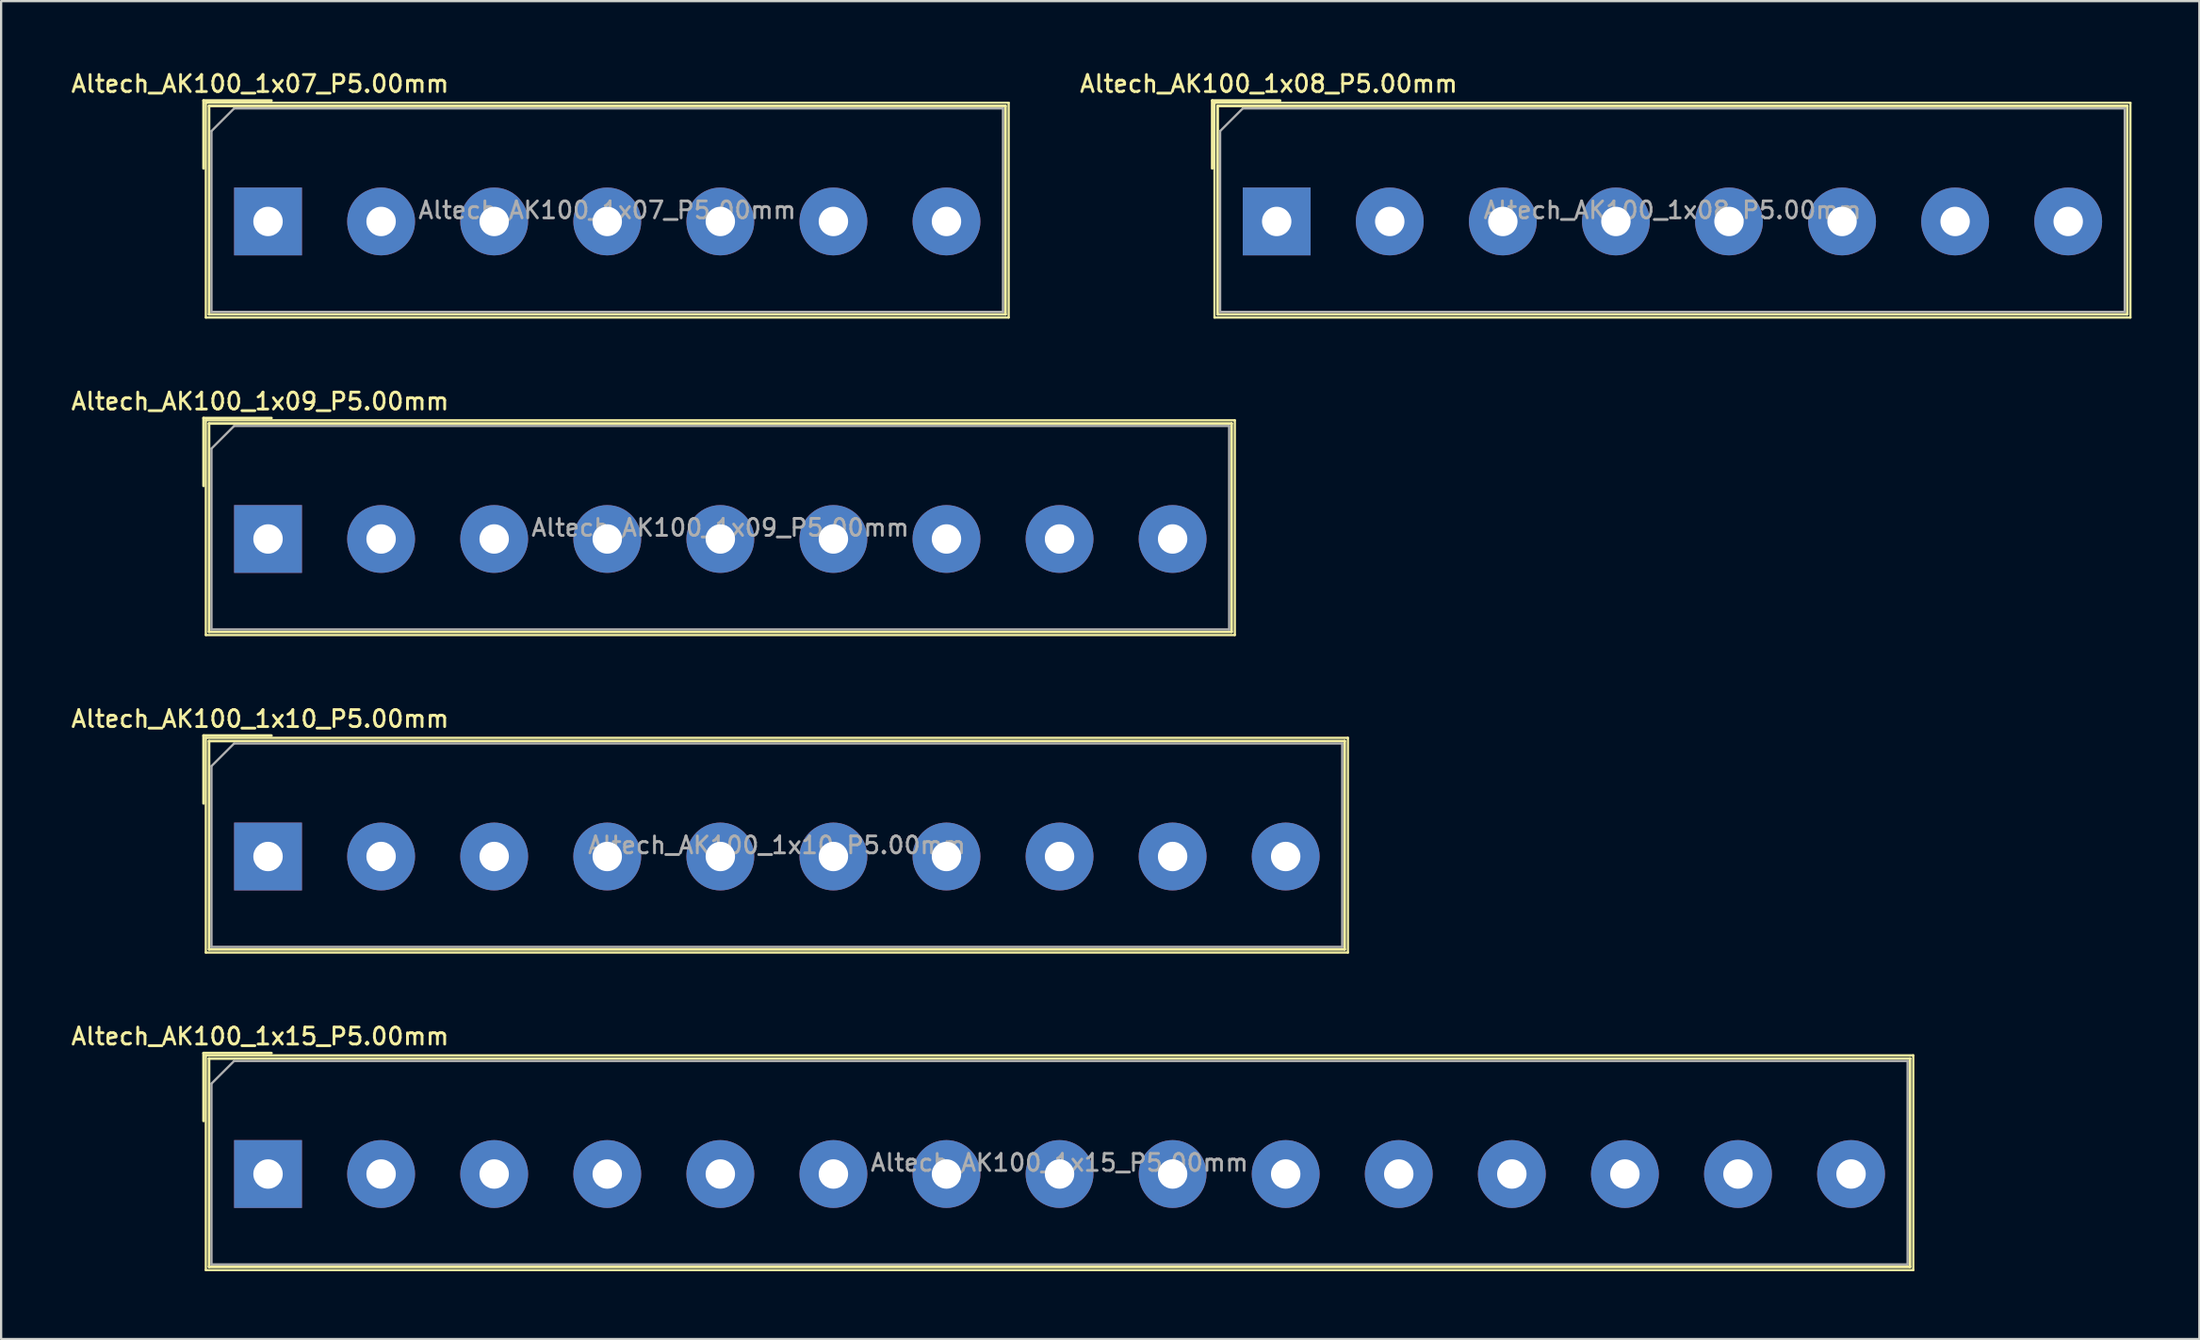
<source format=kicad_pcb>
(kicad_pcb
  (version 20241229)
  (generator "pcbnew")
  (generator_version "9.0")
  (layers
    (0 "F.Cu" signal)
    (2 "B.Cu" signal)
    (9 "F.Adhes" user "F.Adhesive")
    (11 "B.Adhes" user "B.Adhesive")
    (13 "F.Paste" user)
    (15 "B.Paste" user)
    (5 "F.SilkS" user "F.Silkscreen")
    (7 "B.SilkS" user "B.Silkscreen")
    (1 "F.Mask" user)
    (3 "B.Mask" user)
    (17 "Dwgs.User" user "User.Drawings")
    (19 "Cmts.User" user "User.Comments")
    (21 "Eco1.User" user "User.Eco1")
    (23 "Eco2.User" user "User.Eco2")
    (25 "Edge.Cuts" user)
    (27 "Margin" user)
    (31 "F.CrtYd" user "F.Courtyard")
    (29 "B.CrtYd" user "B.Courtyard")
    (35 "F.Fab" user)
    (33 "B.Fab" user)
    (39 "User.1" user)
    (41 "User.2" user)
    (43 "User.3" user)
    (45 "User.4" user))
  (footprint "Altech_AK100_1x09_P5.00mm"
    (layer "F.Cu")
    (at 8.802 20.796)
    (property "Reference" "Altech_AK100_1x09_P5.00mm" (at -0.35 -6.09 0) (layer "F.SilkS") (effects (font (size 0.75 0.75) (thickness 0.125))))
    (attr through_hole)
    (fp_line (start -2.85 -5.35) (end 0.15 -5.35) (stroke (width 0.12) (type solid)) (layer "F.SilkS"))
    (fp_line (start -2.85 -2.35) (end -2.85 -5.35) (stroke (width 0.12) (type solid)) (layer "F.SilkS"))
    (fp_line (start -2.75 -5.25) (end -2.75 4.25) (stroke (width 0.1) (type solid)) (layer "F.SilkS"))
    (fp_line (start -2.75 -5.25) (end 42.75 -5.25) (stroke (width 0.1) (type solid)) (layer "F.SilkS"))
    (fp_line (start -2.75 4.25) (end 42.75 4.25) (stroke (width 0.1) (type solid)) (layer "F.SilkS"))
    (fp_line (start -2.61 -5.11) (end -2.61 4.11) (stroke (width 0.12) (type solid)) (layer "F.SilkS"))
    (fp_line (start -2.61 -5.11) (end 42.61 -5.11) (stroke (width 0.12) (type solid)) (layer "F.SilkS"))
    (fp_line (start -2.61 4.11) (end 42.61 4.11) (stroke (width 0.12) (type solid)) (layer "F.SilkS"))
    (fp_line (start 42.61 -5.11) (end 42.61 4.11) (stroke (width 0.12) (type solid)) (layer "F.SilkS"))
    (fp_line (start 42.75 -5.25) (end 42.75 4.25) (stroke (width 0.1) (type solid)) (layer "F.SilkS"))
    (fp_line (start -2.5 -4) (end -1.5 -5) (stroke (width 0.1) (type solid)) (layer "F.Fab"))
    (fp_line (start -2.5 4) (end -2.5 -4) (stroke (width 0.1) (type solid)) (layer "F.Fab"))
    (fp_line (start -1.5 -5) (end 42.5 -5) (stroke (width 0.1) (type solid)) (layer "F.Fab"))
    (fp_line (start 42.5 -5) (end 42.5 4) (stroke (width 0.1) (type solid)) (layer "F.Fab"))
    (fp_line (start 42.5 4) (end -2.5 4) (stroke (width 0.1) (type solid)) (layer "F.Fab"))
    (fp_text user "${REFERENCE}" (at 20 -0.5 0) (layer "F.Fab") (effects (font (size 0.75 0.75) (thickness 0.125))))
    (pad "1" thru_hole rect (at 0 0) (size 3 3) (drill 1.3) (layers "*.Cu" "*.Mask"))
    (pad "2" thru_hole circle (at 5 0) (size 3 3) (drill 1.3) (layers "*.Cu" "*.Mask"))
    (pad "3" thru_hole circle (at 10 0) (size 3 3) (drill 1.3) (layers "*.Cu" "*.Mask"))
    (pad "4" thru_hole circle (at 15 0) (size 3 3) (drill 1.3) (layers "*.Cu" "*.Mask"))
    (pad "5" thru_hole circle (at 20 0) (size 3 3) (drill 1.3) (layers "*.Cu" "*.Mask"))
    (pad "6" thru_hole circle (at 25 0) (size 3 3) (drill 1.3) (layers "*.Cu" "*.Mask"))
    (pad "7" thru_hole circle (at 30 0) (size 3 3) (drill 1.3) (layers "*.Cu" "*.Mask"))
    (pad "8" thru_hole circle (at 35 0) (size 3 3) (drill 1.3) (layers "*.Cu" "*.Mask"))
    (pad "9" thru_hole circle (at 40 0) (size 3 3) (drill 1.3) (layers "*.Cu" "*.Mask")))
  (footprint "Altech_AK100_1x08_P5.00mm"
    (layer "F.Cu")
    (at 53.404 6.748)
    (property "Reference" "Altech_AK100_1x08_P5.00mm" (at -0.35 -6.09 0) (layer "F.SilkS") (effects (font (size 0.75 0.75) (thickness 0.125))))
    (attr through_hole)
    (fp_line (start -2.85 -5.35) (end 0.15 -5.35) (stroke (width 0.12) (type solid)) (layer "F.SilkS"))
    (fp_line (start -2.85 -2.35) (end -2.85 -5.35) (stroke (width 0.12) (type solid)) (layer "F.SilkS"))
    (fp_line (start -2.75 -5.25) (end -2.75 4.25) (stroke (width 0.1) (type solid)) (layer "F.SilkS"))
    (fp_line (start -2.75 -5.25) (end 37.75 -5.25) (stroke (width 0.1) (type solid)) (layer "F.SilkS"))
    (fp_line (start -2.75 4.25) (end 37.75 4.25) (stroke (width 0.1) (type solid)) (layer "F.SilkS"))
    (fp_line (start -2.61 -5.11) (end -2.61 4.11) (stroke (width 0.12) (type solid)) (layer "F.SilkS"))
    (fp_line (start -2.61 -5.11) (end 37.61 -5.11) (stroke (width 0.12) (type solid)) (layer "F.SilkS"))
    (fp_line (start -2.61 4.11) (end 37.61 4.11) (stroke (width 0.12) (type solid)) (layer "F.SilkS"))
    (fp_line (start 37.61 -5.11) (end 37.61 4.11) (stroke (width 0.12) (type solid)) (layer "F.SilkS"))
    (fp_line (start 37.75 -5.25) (end 37.75 4.25) (stroke (width 0.1) (type solid)) (layer "F.SilkS"))
    (fp_line (start -2.5 -4) (end -1.5 -5) (stroke (width 0.1) (type solid)) (layer "F.Fab"))
    (fp_line (start -2.5 4) (end -2.5 -4) (stroke (width 0.1) (type solid)) (layer "F.Fab"))
    (fp_line (start -1.5 -5) (end 37.5 -5) (stroke (width 0.1) (type solid)) (layer "F.Fab"))
    (fp_line (start 37.5 -5) (end 37.5 4) (stroke (width 0.1) (type solid)) (layer "F.Fab"))
    (fp_line (start 37.5 4) (end -2.5 4) (stroke (width 0.1) (type solid)) (layer "F.Fab"))
    (fp_text user "${REFERENCE}" (at 17.5 -0.5 0) (layer "F.Fab") (effects (font (size 0.75 0.75) (thickness 0.125))))
    (pad "1" thru_hole rect (at 0 0) (size 3 3) (drill 1.3) (layers "*.Cu" "*.Mask"))
    (pad "2" thru_hole circle (at 5 0) (size 3 3) (drill 1.3) (layers "*.Cu" "*.Mask"))
    (pad "3" thru_hole circle (at 10 0) (size 3 3) (drill 1.3) (layers "*.Cu" "*.Mask"))
    (pad "4" thru_hole circle (at 15 0) (size 3 3) (drill 1.3) (layers "*.Cu" "*.Mask"))
    (pad "5" thru_hole circle (at 20 0) (size 3 3) (drill 1.3) (layers "*.Cu" "*.Mask"))
    (pad "6" thru_hole circle (at 25 0) (size 3 3) (drill 1.3) (layers "*.Cu" "*.Mask"))
    (pad "7" thru_hole circle (at 30 0) (size 3 3) (drill 1.3) (layers "*.Cu" "*.Mask"))
    (pad "8" thru_hole circle (at 35 0) (size 3 3) (drill 1.3) (layers "*.Cu" "*.Mask")))
  (footprint "Altech_AK100_1x10_P5.00mm"
    (layer "F.Cu")
    (at 8.802 34.844)
    (property "Reference" "Altech_AK100_1x10_P5.00mm" (at -0.35 -6.09 0) (layer "F.SilkS") (effects (font (size 0.75 0.75) (thickness 0.125))))
    (attr through_hole)
    (fp_line (start -2.85 -5.35) (end 0.15 -5.35) (stroke (width 0.12) (type solid)) (layer "F.SilkS"))
    (fp_line (start -2.85 -2.35) (end -2.85 -5.35) (stroke (width 0.12) (type solid)) (layer "F.SilkS"))
    (fp_line (start -2.75 -5.25) (end -2.75 4.25) (stroke (width 0.1) (type solid)) (layer "F.SilkS"))
    (fp_line (start -2.75 -5.25) (end 47.75 -5.25) (stroke (width 0.1) (type solid)) (layer "F.SilkS"))
    (fp_line (start -2.75 4.25) (end 47.75 4.25) (stroke (width 0.1) (type solid)) (layer "F.SilkS"))
    (fp_line (start -2.61 -5.11) (end -2.61 4.11) (stroke (width 0.12) (type solid)) (layer "F.SilkS"))
    (fp_line (start -2.61 -5.11) (end 47.61 -5.11) (stroke (width 0.12) (type solid)) (layer "F.SilkS"))
    (fp_line (start -2.61 4.11) (end 47.61 4.11) (stroke (width 0.12) (type solid)) (layer "F.SilkS"))
    (fp_line (start 47.61 -5.11) (end 47.61 4.11) (stroke (width 0.12) (type solid)) (layer "F.SilkS"))
    (fp_line (start 47.75 -5.25) (end 47.75 4.25) (stroke (width 0.1) (type solid)) (layer "F.SilkS"))
    (fp_line (start -2.5 -4) (end -1.5 -5) (stroke (width 0.1) (type solid)) (layer "F.Fab"))
    (fp_line (start -2.5 4) (end -2.5 -4) (stroke (width 0.1) (type solid)) (layer "F.Fab"))
    (fp_line (start -1.5 -5) (end 47.5 -5) (stroke (width 0.1) (type solid)) (layer "F.Fab"))
    (fp_line (start 47.5 -5) (end 47.5 4) (stroke (width 0.1) (type solid)) (layer "F.Fab"))
    (fp_line (start 47.5 4) (end -2.5 4) (stroke (width 0.1) (type solid)) (layer "F.Fab"))
    (fp_text user "${REFERENCE}" (at 22.5 -0.5 0) (layer "F.Fab") (effects (font (size 0.75 0.75) (thickness 0.125))))
    (pad "1" thru_hole rect (at 0 0) (size 3 3) (drill 1.3) (layers "*.Cu" "*.Mask"))
    (pad "2" thru_hole circle (at 5 0) (size 3 3) (drill 1.3) (layers "*.Cu" "*.Mask"))
    (pad "3" thru_hole circle (at 10 0) (size 3 3) (drill 1.3) (layers "*.Cu" "*.Mask"))
    (pad "4" thru_hole circle (at 15 0) (size 3 3) (drill 1.3) (layers "*.Cu" "*.Mask"))
    (pad "5" thru_hole circle (at 20 0) (size 3 3) (drill 1.3) (layers "*.Cu" "*.Mask"))
    (pad "6" thru_hole circle (at 25 0) (size 3 3) (drill 1.3) (layers "*.Cu" "*.Mask"))
    (pad "7" thru_hole circle (at 30 0) (size 3 3) (drill 1.3) (layers "*.Cu" "*.Mask"))
    (pad "8" thru_hole circle (at 35 0) (size 3 3) (drill 1.3) (layers "*.Cu" "*.Mask"))
    (pad "9" thru_hole circle (at 40 0) (size 3 3) (drill 1.3) (layers "*.Cu" "*.Mask"))
    (pad "10" thru_hole circle (at 45 0) (size 3 3) (drill 1.3) (layers "*.Cu" "*.Mask")))
  (footprint "Altech_AK100_1x15_P5.00mm"
    (layer "F.Cu")
    (at 8.802 48.892)
    (property "Reference" "Altech_AK100_1x15_P5.00mm" (at -0.35 -6.09 0) (layer "F.SilkS") (effects (font (size 0.75 0.75) (thickness 0.125))))
    (attr through_hole)
    (fp_line (start -2.85 -5.35) (end 0.15 -5.35) (stroke (width 0.12) (type solid)) (layer "F.SilkS"))
    (fp_line (start -2.85 -2.35) (end -2.85 -5.35) (stroke (width 0.12) (type solid)) (layer "F.SilkS"))
    (fp_line (start -2.75 -5.25) (end -2.75 4.25) (stroke (width 0.1) (type solid)) (layer "F.SilkS"))
    (fp_line (start -2.75 -5.25) (end 72.75 -5.25) (stroke (width 0.1) (type solid)) (layer "F.SilkS"))
    (fp_line (start -2.75 4.25) (end 72.75 4.25) (stroke (width 0.1) (type solid)) (layer "F.SilkS"))
    (fp_line (start -2.61 -5.11) (end -2.61 4.11) (stroke (width 0.12) (type solid)) (layer "F.SilkS"))
    (fp_line (start -2.61 -5.11) (end 72.61 -5.11) (stroke (width 0.12) (type solid)) (layer "F.SilkS"))
    (fp_line (start -2.61 4.11) (end 72.61 4.11) (stroke (width 0.12) (type solid)) (layer "F.SilkS"))
    (fp_line (start 72.61 -5.11) (end 72.61 4.11) (stroke (width 0.12) (type solid)) (layer "F.SilkS"))
    (fp_line (start 72.75 -5.25) (end 72.75 4.25) (stroke (width 0.1) (type solid)) (layer "F.SilkS"))
    (fp_line (start -2.5 -4) (end -1.5 -5) (stroke (width 0.1) (type solid)) (layer "F.Fab"))
    (fp_line (start -2.5 4) (end -2.5 -4) (stroke (width 0.1) (type solid)) (layer "F.Fab"))
    (fp_line (start -1.5 -5) (end 72.5 -5) (stroke (width 0.1) (type solid)) (layer "F.Fab"))
    (fp_line (start 72.5 -5) (end 72.5 4) (stroke (width 0.1) (type solid)) (layer "F.Fab"))
    (fp_line (start 72.5 4) (end -2.5 4) (stroke (width 0.1) (type solid)) (layer "F.Fab"))
    (fp_text user "${REFERENCE}" (at 35 -0.5 0) (layer "F.Fab") (effects (font (size 0.75 0.75) (thickness 0.125))))
    (pad "1" thru_hole rect (at 0 0) (size 3 3) (drill 1.3) (layers "*.Cu" "*.Mask"))
    (pad "2" thru_hole circle (at 5 0) (size 3 3) (drill 1.3) (layers "*.Cu" "*.Mask"))
    (pad "3" thru_hole circle (at 10 0) (size 3 3) (drill 1.3) (layers "*.Cu" "*.Mask"))
    (pad "4" thru_hole circle (at 15 0) (size 3 3) (drill 1.3) (layers "*.Cu" "*.Mask"))
    (pad "5" thru_hole circle (at 20 0) (size 3 3) (drill 1.3) (layers "*.Cu" "*.Mask"))
    (pad "6" thru_hole circle (at 25 0) (size 3 3) (drill 1.3) (layers "*.Cu" "*.Mask"))
    (pad "7" thru_hole circle (at 30 0) (size 3 3) (drill 1.3) (layers "*.Cu" "*.Mask"))
    (pad "8" thru_hole circle (at 35 0) (size 3 3) (drill 1.3) (layers "*.Cu" "*.Mask"))
    (pad "9" thru_hole circle (at 40 0) (size 3 3) (drill 1.3) (layers "*.Cu" "*.Mask"))
    (pad "10" thru_hole circle (at 45 0) (size 3 3) (drill 1.3) (layers "*.Cu" "*.Mask"))
    (pad "11" thru_hole circle (at 50 0) (size 3 3) (drill 1.3) (layers "*.Cu" "*.Mask"))
    (pad "12" thru_hole circle (at 55 0) (size 3 3) (drill 1.3) (layers "*.Cu" "*.Mask"))
    (pad "13" thru_hole circle (at 60 0) (size 3 3) (drill 1.3) (layers "*.Cu" "*.Mask"))
    (pad "14" thru_hole circle (at 65 0) (size 3 3) (drill 1.3) (layers "*.Cu" "*.Mask"))
    (pad "15" thru_hole circle (at 70 0) (size 3 3) (drill 1.3) (layers "*.Cu" "*.Mask")))
  (footprint "Altech_AK100_1x07_P5.00mm"
    (layer "F.Cu")
    (at 8.802 6.748)
    (property "Reference" "Altech_AK100_1x07_P5.00mm" (at -0.35 -6.09 0) (layer "F.SilkS") (effects (font (size 0.75 0.75) (thickness 0.125))))
    (attr through_hole)
    (fp_line (start -2.85 -5.35) (end 0.15 -5.35) (stroke (width 0.12) (type solid)) (layer "F.SilkS"))
    (fp_line (start -2.85 -2.35) (end -2.85 -5.35) (stroke (width 0.12) (type solid)) (layer "F.SilkS"))
    (fp_line (start -2.75 -5.25) (end -2.75 4.25) (stroke (width 0.1) (type solid)) (layer "F.SilkS"))
    (fp_line (start -2.75 -5.25) (end 32.75 -5.25) (stroke (width 0.1) (type solid)) (layer "F.SilkS"))
    (fp_line (start -2.75 4.25) (end 32.75 4.25) (stroke (width 0.1) (type solid)) (layer "F.SilkS"))
    (fp_line (start -2.61 -5.11) (end -2.61 4.11) (stroke (width 0.12) (type solid)) (layer "F.SilkS"))
    (fp_line (start -2.61 -5.11) (end 32.61 -5.11) (stroke (width 0.12) (type solid)) (layer "F.SilkS"))
    (fp_line (start -2.61 4.11) (end 32.61 4.11) (stroke (width 0.12) (type solid)) (layer "F.SilkS"))
    (fp_line (start 32.61 -5.11) (end 32.61 4.11) (stroke (width 0.12) (type solid)) (layer "F.SilkS"))
    (fp_line (start 32.75 -5.25) (end 32.75 4.25) (stroke (width 0.1) (type solid)) (layer "F.SilkS"))
    (fp_line (start -2.5 -4) (end -1.5 -5) (stroke (width 0.1) (type solid)) (layer "F.Fab"))
    (fp_line (start -2.5 4) (end -2.5 -4) (stroke (width 0.1) (type solid)) (layer "F.Fab"))
    (fp_line (start -1.5 -5) (end 32.5 -5) (stroke (width 0.1) (type solid)) (layer "F.Fab"))
    (fp_line (start 32.5 -5) (end 32.5 4) (stroke (width 0.1) (type solid)) (layer "F.Fab"))
    (fp_line (start 32.5 4) (end -2.5 4) (stroke (width 0.1) (type solid)) (layer "F.Fab"))
    (fp_text user "${REFERENCE}" (at 15 -0.5 0) (layer "F.Fab") (effects (font (size 0.75 0.75) (thickness 0.125))))
    (pad "1" thru_hole rect (at 0 0) (size 3 3) (drill 1.3) (layers "*.Cu" "*.Mask"))
    (pad "2" thru_hole circle (at 5 0) (size 3 3) (drill 1.3) (layers "*.Cu" "*.Mask"))
    (pad "3" thru_hole circle (at 10 0) (size 3 3) (drill 1.3) (layers "*.Cu" "*.Mask"))
    (pad "4" thru_hole circle (at 15 0) (size 3 3) (drill 1.3) (layers "*.Cu" "*.Mask"))
    (pad "5" thru_hole circle (at 20 0) (size 3 3) (drill 1.3) (layers "*.Cu" "*.Mask"))
    (pad "6" thru_hole circle (at 25 0) (size 3 3) (drill 1.3) (layers "*.Cu" "*.Mask"))
    (pad "7" thru_hole circle (at 30 0) (size 3 3) (drill 1.3) (layers "*.Cu" "*.Mask")))
  (gr_rect
    (start -3 -3)
    (end 94.204 56.193)
    (stroke (width 0.1) (type default))
    (fill no)
    (layer "Edge.Cuts")))
</source>
